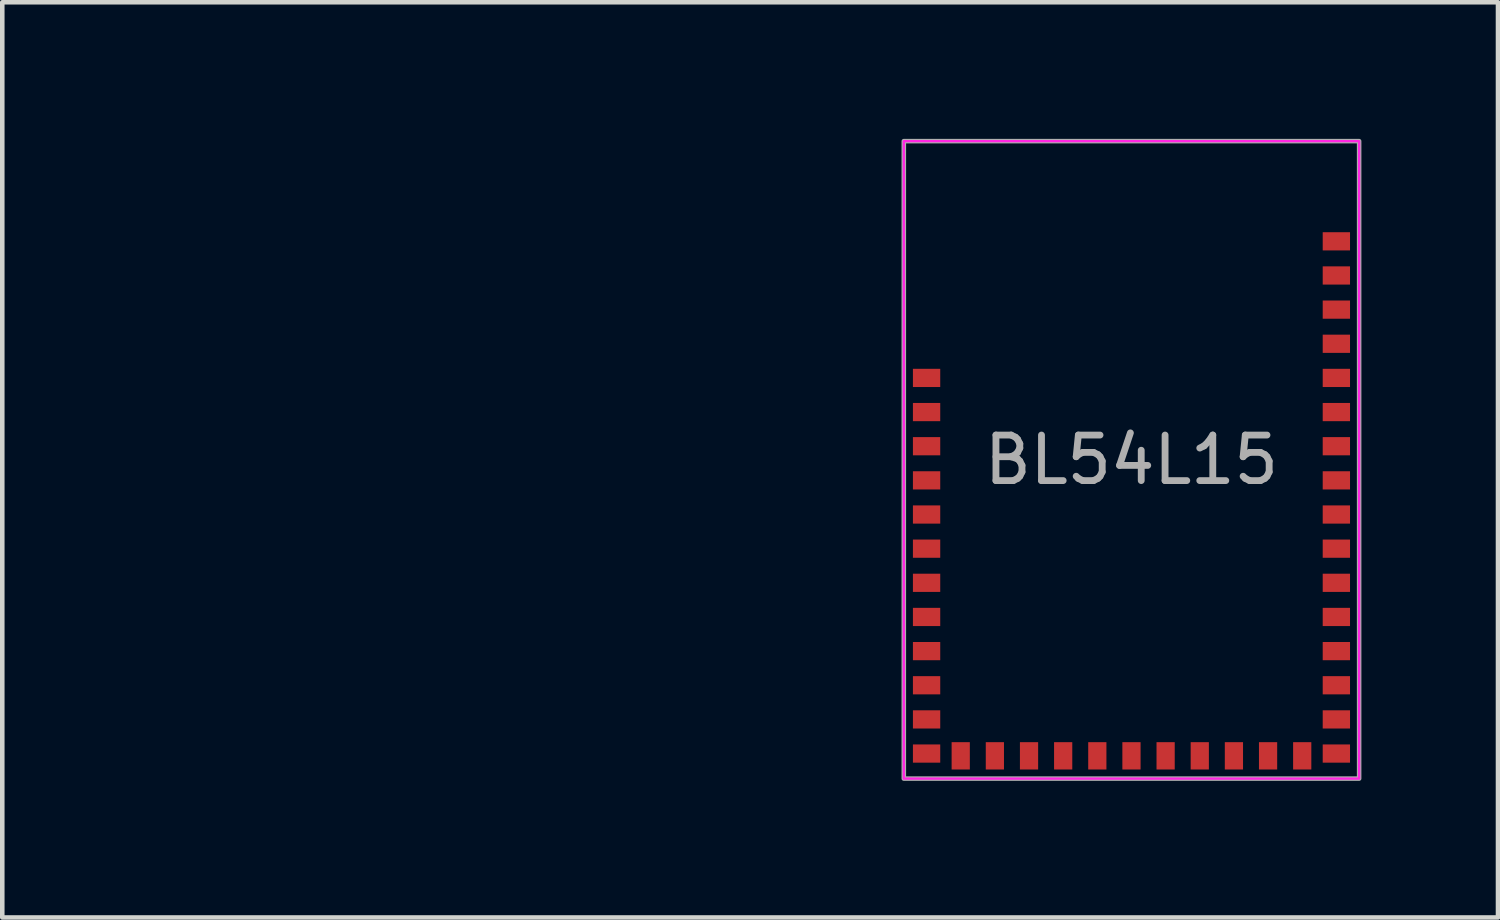
<source format=kicad_pcb>
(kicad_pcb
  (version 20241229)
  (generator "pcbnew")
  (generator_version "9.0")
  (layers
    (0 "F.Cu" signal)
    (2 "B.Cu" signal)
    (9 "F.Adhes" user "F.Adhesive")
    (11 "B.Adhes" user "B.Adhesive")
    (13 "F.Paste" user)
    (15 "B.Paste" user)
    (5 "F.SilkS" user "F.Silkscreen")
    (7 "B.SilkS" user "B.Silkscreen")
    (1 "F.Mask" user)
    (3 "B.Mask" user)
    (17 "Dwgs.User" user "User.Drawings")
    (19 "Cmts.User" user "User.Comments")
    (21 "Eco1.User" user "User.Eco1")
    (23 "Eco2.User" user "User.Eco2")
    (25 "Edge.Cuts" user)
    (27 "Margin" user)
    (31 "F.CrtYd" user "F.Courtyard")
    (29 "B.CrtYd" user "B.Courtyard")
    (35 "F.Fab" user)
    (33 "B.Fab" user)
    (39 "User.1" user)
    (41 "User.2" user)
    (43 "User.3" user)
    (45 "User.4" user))
  (footprint "BL54L15"
    (layer "F.Cu")
    (at 21.8 7.05)
    (property "Reference" "BL54L15" (at 0 0 0) (unlocked yes) (layer "F.SilkS") (effects (font (size 1 1) (thickness 0.1))))
    (attr smd)
    (fp_rect (start -5 -7) (end 5 7) (stroke (width 0.05) (type default)) (fill no) (layer "F.CrtYd"))
    (fp_rect (start -5 -7) (end 5 7) (stroke (width 0.1) (type default)) (fill no) (layer "F.Fab"))
    (fp_text user "${REFERENCE}" (at 0 0 0) (unlocked yes) (layer "F.Fab") (effects (font (size 1 1) (thickness 0.15))))
    (pad "1" smd rect (at 4.5 -4.8) (size 0.6 0.4) (layers "F.Cu" "F.Mask" "F.Paste"))
    (pad "2" smd rect (at 4.5 -4.05) (size 0.6 0.4) (layers "F.Cu" "F.Mask" "F.Paste"))
    (pad "3" smd rect (at 4.5 -3.3) (size 0.6 0.4) (layers "F.Cu" "F.Mask" "F.Paste"))
    (pad "4" smd rect (at 4.5 -2.55) (size 0.6 0.4) (layers "F.Cu" "F.Mask" "F.Paste"))
    (pad "5" smd rect (at 4.5 -1.8) (size 0.6 0.4) (layers "F.Cu" "F.Mask" "F.Paste"))
    (pad "6" smd rect (at 4.5 -1.05) (size 0.6 0.4) (layers "F.Cu" "F.Mask" "F.Paste"))
    (pad "7" smd rect (at 4.5 -0.3) (size 0.6 0.4) (layers "F.Cu" "F.Mask" "F.Paste"))
    (pad "8" smd rect (at 4.5 0.45) (size 0.6 0.4) (layers "F.Cu" "F.Mask" "F.Paste"))
    (pad "9" smd rect (at 4.5 1.2) (size 0.6 0.4) (layers "F.Cu" "F.Mask" "F.Paste"))
    (pad "10" smd rect (at 4.5 1.95) (size 0.6 0.4) (layers "F.Cu" "F.Mask" "F.Paste"))
    (pad "11" smd rect (at 4.5 2.7) (size 0.6 0.4) (layers "F.Cu" "F.Mask" "F.Paste"))
    (pad "12" smd rect (at 4.5 3.45) (size 0.6 0.4) (layers "F.Cu" "F.Mask" "F.Paste"))
    (pad "13" smd rect (at 4.5 4.2) (size 0.6 0.4) (layers "F.Cu" "F.Mask" "F.Paste"))
    (pad "14" smd rect (at 4.5 4.95) (size 0.6 0.4) (layers "F.Cu" "F.Mask" "F.Paste"))
    (pad "15" smd rect (at 4.5 5.7) (size 0.6 0.4) (layers "F.Cu" "F.Mask" "F.Paste"))
    (pad "16" smd rect (at 4.5 6.45) (size 0.6 0.4) (layers "F.Cu" "F.Mask" "F.Paste"))
    (pad "17" smd rect (at 3.75 6.5 90) (size 0.6 0.4) (layers "F.Cu" "F.Mask" "F.Paste"))
    (pad "18" smd rect (at 3 6.5 90) (size 0.6 0.4) (layers "F.Cu" "F.Mask" "F.Paste"))
    (pad "19" smd rect (at 2.25 6.5 90) (size 0.6 0.4) (layers "F.Cu" "F.Mask" "F.Paste"))
    (pad "20" smd rect (at 1.5 6.5 90) (size 0.6 0.4) (layers "F.Cu" "F.Mask" "F.Paste"))
    (pad "21" smd rect (at 0.75 6.5 90) (size 0.6 0.4) (layers "F.Cu" "F.Mask" "F.Paste"))
    (pad "22" smd rect (at 0 6.5 90) (size 0.6 0.4) (layers "F.Cu" "F.Mask" "F.Paste"))
    (pad "23" smd rect (at -0.75 6.5 90) (size 0.6 0.4) (layers "F.Cu" "F.Mask" "F.Paste"))
    (pad "24" smd rect (at -1.5 6.5 90) (size 0.6 0.4) (layers "F.Cu" "F.Mask" "F.Paste"))
    (pad "25" smd rect (at -2.25 6.5 90) (size 0.6 0.4) (layers "F.Cu" "F.Mask" "F.Paste"))
    (pad "26" smd rect (at -3 6.5 90) (size 0.6 0.4) (layers "F.Cu" "F.Mask" "F.Paste"))
    (pad "27" smd rect (at -3.75 6.5 90) (size 0.6 0.4) (layers "F.Cu" "F.Mask" "F.Paste"))
    (pad "28" smd rect (at -4.5 6.45) (size 0.6 0.4) (layers "F.Cu" "F.Mask" "F.Paste"))
    (pad "29" smd rect (at -4.5 5.7) (size 0.6 0.4) (layers "F.Cu" "F.Mask" "F.Paste"))
    (pad "30" smd rect (at -4.5 4.95) (size 0.6 0.4) (layers "F.Cu" "F.Mask" "F.Paste"))
    (pad "31" smd rect (at -4.5 4.2) (size 0.6 0.4) (layers "F.Cu" "F.Mask" "F.Paste"))
    (pad "32" smd rect (at -4.5 3.45) (size 0.6 0.4) (layers "F.Cu" "F.Mask" "F.Paste"))
    (pad "33" smd rect (at -4.5 2.7) (size 0.6 0.4) (layers "F.Cu" "F.Mask" "F.Paste"))
    (pad "34" smd rect (at -4.5 1.95) (size 0.6 0.4) (layers "F.Cu" "F.Mask" "F.Paste"))
    (pad "35" smd rect (at -4.5 1.2) (size 0.6 0.4) (layers "F.Cu" "F.Mask" "F.Paste"))
    (pad "36" smd rect (at -4.5 0.45) (size 0.6 0.4) (layers "F.Cu" "F.Mask" "F.Paste"))
    (pad "37" smd rect (at -4.5 -0.3) (size 0.6 0.4) (layers "F.Cu" "F.Mask" "F.Paste"))
    (pad "38" smd rect (at -4.5 -1.05) (size 0.6 0.4) (layers "F.Cu" "F.Mask" "F.Paste"))
    (pad "39" smd rect (at -4.5 -1.8) (size 0.6 0.4) (layers "F.Cu" "F.Mask" "F.Paste"))
    (zone (net_name "") (layers "F.Cu" "B.Cu" "F.CrtYd") (hatch edge 0.5) (connect_pads) (min_thickness 0.25) (filled_areas_thickness no) (keepout (tracks not_allowed) (vias not_allowed) (pads not_allowed) (copperpour not_allowed) (footprints not_allowed)) (placement (enabled no)) (fill) (polygon (pts (xy 25.3 0.05) (xy 25.3 4.55) (xy 0 4.55) (xy 0 0.05)))))
  (gr_rect
    (start -3 -3)
    (end 29.85 17.1)
    (stroke (width 0.1) (type default))
    (fill no)
    (layer "Edge.Cuts")))
</source>
